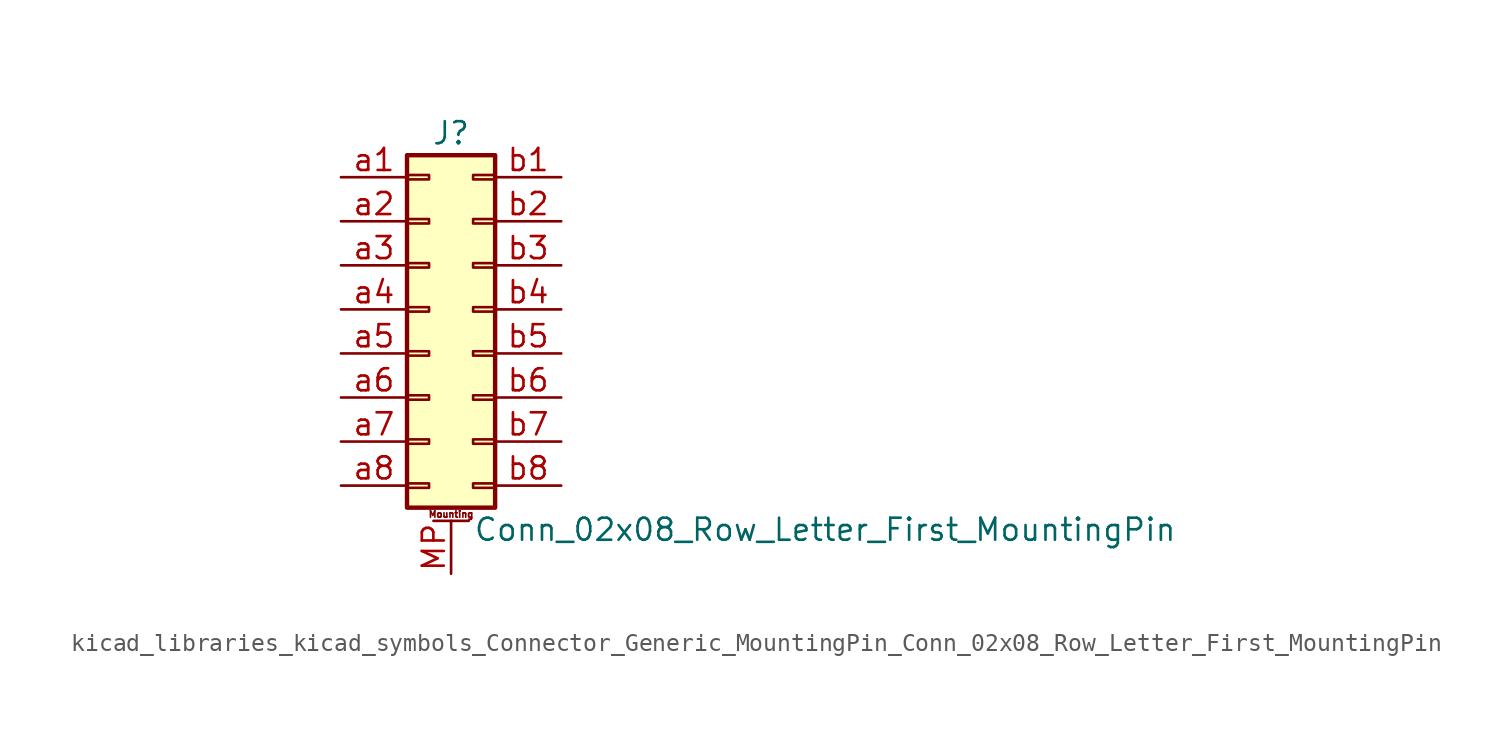
<source format=kicad_sym>
(kicad_symbol_lib
  (version 20220914)
  (generator kicad_symbol_editor)
  (symbol "kicad_libraries_kicad_symbols_Connector_Generic_MountingPin_Conn_02x08_Row_Letter_First_MountingPin"
    (pin_names
      (offset 1.016) hide)
    (property "Reference" "J"
      (at 1.27 10.16 0)
      (effects (font (size 1.27 1.27))))
    (property "Value" "Conn_02x08_Row_Letter_First_MountingPin"
      (at 2.54 -12.7 0)
      (effects (font (size 1.27 1.27)) (justify left)))
    (symbol "kicad_libraries_kicad_symbols_Connector_Generic_MountingPin_Conn_02x08_Row_Letter_First_MountingPin_1_1"
      (rectangle (start -1.27 -10.033) (end 0 -10.287) (stroke (width 0.152) (type default)) (fill (type none)))
      (rectangle (start -1.27 -7.493) (end 0 -7.747) (stroke (width 0.152) (type default)) (fill (type none)))
      (rectangle (start -1.27 -4.953) (end 0 -5.207) (stroke (width 0.152) (type default)) (fill (type none)))
      (rectangle (start -1.27 -2.413) (end 0 -2.667) (stroke (width 0.152) (type default)) (fill (type none)))
      (rectangle (start -1.27 0.127) (end 0 -0.127) (stroke (width 0.152) (type default)) (fill (type none)))
      (rectangle (start -1.27 2.667) (end 0 2.413) (stroke (width 0.152) (type default)) (fill (type none)))
      (rectangle (start -1.27 5.207) (end 0 4.953) (stroke (width 0.152) (type default)) (fill (type none)))
      (rectangle (start -1.27 7.747) (end 0 7.493) (stroke (width 0.152) (type default)) (fill (type none)))
      (rectangle (start -1.27 8.89) (end 3.81 -11.43) (stroke (width 0.254) (type default)) (fill (type background)))
      (polyline (pts (xy 0.254 -12.192) (xy 2.286 -12.192)) (stroke (width 0.152) (type default)) (fill (type none)))
      (rectangle (start 3.81 -10.033) (end 2.54 -10.287) (stroke (width 0.152) (type default)) (fill (type none)))
      (rectangle (start 3.81 -7.493) (end 2.54 -7.747) (stroke (width 0.152) (type default)) (fill (type none)))
      (rectangle (start 3.81 -4.953) (end 2.54 -5.207) (stroke (width 0.152) (type default)) (fill (type none)))
      (rectangle (start 3.81 -2.413) (end 2.54 -2.667) (stroke (width 0.152) (type default)) (fill (type none)))
      (rectangle (start 3.81 0.127) (end 2.54 -0.127) (stroke (width 0.152) (type default)) (fill (type none)))
      (rectangle (start 3.81 2.667) (end 2.54 2.413) (stroke (width 0.152) (type default)) (fill (type none)))
      (rectangle (start 3.81 5.207) (end 2.54 4.953) (stroke (width 0.152) (type default)) (fill (type none)))
      (rectangle (start 3.81 7.747) (end 2.54 7.493) (stroke (width 0.152) (type default)) (fill (type none)))
      (text "Mounting" (at 1.27 -11.811 0) (effects (font (size 0.381 0.381))))
      (pin passive line (at 1.27 -15.24 90) (length 3.048) (name "MountPin" (effects (font (size 1.27 1.27)))) (number "MP" (effects (font (size 1.27 1.27)))))
      (pin passive line (at -5.08 7.62 0) (length 3.81) (name "Pin_a1" (effects (font (size 1.27 1.27)))) (number "a1" (effects (font (size 1.27 1.27)))))
      (pin passive line (at -5.08 5.08 0) (length 3.81) (name "Pin_a2" (effects (font (size 1.27 1.27)))) (number "a2" (effects (font (size 1.27 1.27)))))
      (pin passive line (at -5.08 2.54 0) (length 3.81) (name "Pin_a3" (effects (font (size 1.27 1.27)))) (number "a3" (effects (font (size 1.27 1.27)))))
      (pin passive line (at -5.08 0 0) (length 3.81) (name "Pin_a4" (effects (font (size 1.27 1.27)))) (number "a4" (effects (font (size 1.27 1.27)))))
      (pin passive line (at -5.08 -2.54 0) (length 3.81) (name "Pin_a5" (effects (font (size 1.27 1.27)))) (number "a5" (effects (font (size 1.27 1.27)))))
      (pin passive line (at -5.08 -5.08 0) (length 3.81) (name "Pin_a6" (effects (font (size 1.27 1.27)))) (number "a6" (effects (font (size 1.27 1.27)))))
      (pin passive line (at -5.08 -7.62 0) (length 3.81) (name "Pin_a7" (effects (font (size 1.27 1.27)))) (number "a7" (effects (font (size 1.27 1.27)))))
      (pin passive line (at -5.08 -10.16 0) (length 3.81) (name "Pin_a8" (effects (font (size 1.27 1.27)))) (number "a8" (effects (font (size 1.27 1.27)))))
      (pin passive line (at 7.62 7.62 180) (length 3.81) (name "Pin_b1" (effects (font (size 1.27 1.27)))) (number "b1" (effects (font (size 1.27 1.27)))))
      (pin passive line (at 7.62 5.08 180) (length 3.81) (name "Pin_b2" (effects (font (size 1.27 1.27)))) (number "b2" (effects (font (size 1.27 1.27)))))
      (pin passive line (at 7.62 2.54 180) (length 3.81) (name "Pin_b3" (effects (font (size 1.27 1.27)))) (number "b3" (effects (font (size 1.27 1.27)))))
      (pin passive line (at 7.62 0 180) (length 3.81) (name "Pin_b4" (effects (font (size 1.27 1.27)))) (number "b4" (effects (font (size 1.27 1.27)))))
      (pin passive line (at 7.62 -2.54 180) (length 3.81) (name "Pin_b5" (effects (font (size 1.27 1.27)))) (number "b5" (effects (font (size 1.27 1.27)))))
      (pin passive line (at 7.62 -5.08 180) (length 3.81) (name "Pin_b6" (effects (font (size 1.27 1.27)))) (number "b6" (effects (font (size 1.27 1.27)))))
      (pin passive line (at 7.62 -7.62 180) (length 3.81) (name "Pin_b7" (effects (font (size 1.27 1.27)))) (number "b7" (effects (font (size 1.27 1.27)))))
      (pin passive line (at 7.62 -10.16 180) (length 3.81) (name "Pin_b8" (effects (font (size 1.27 1.27)))) (number "b8" (effects (font (size 1.27 1.27))))))))
</source>
